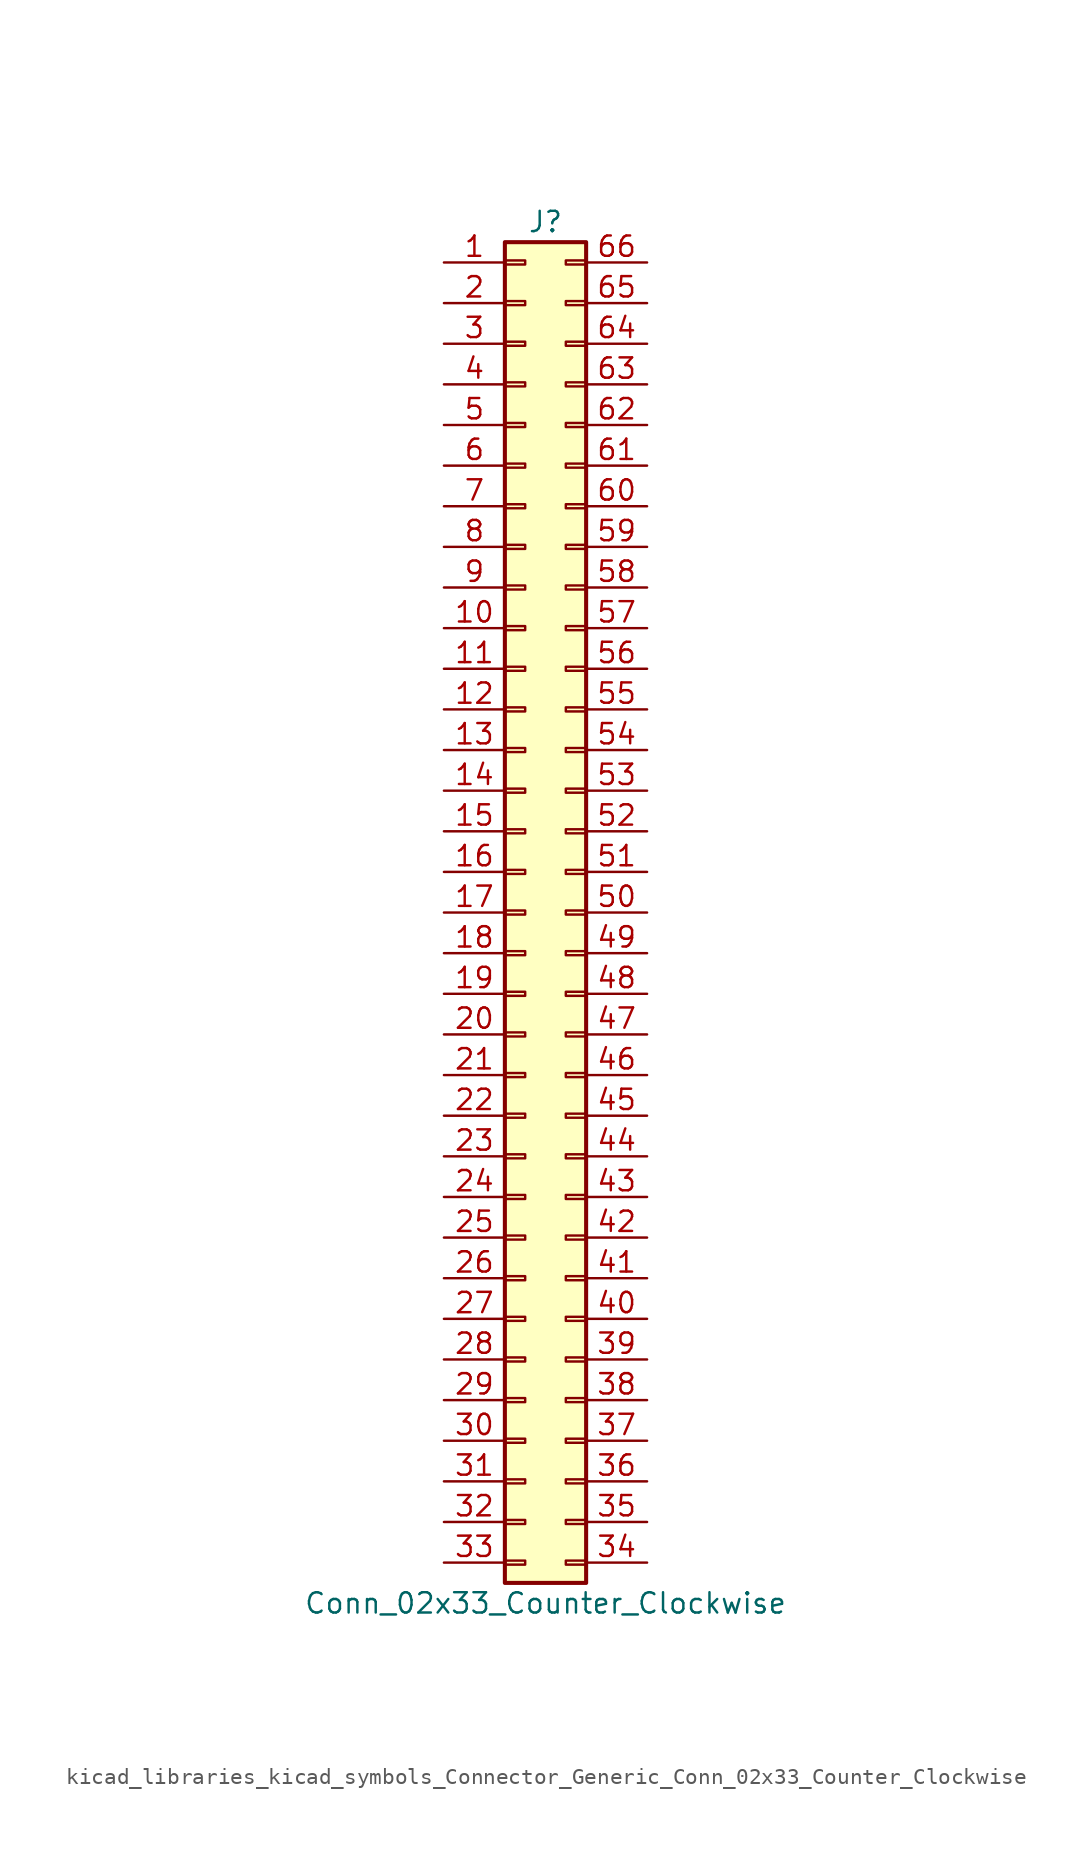
<source format=kicad_sym>
(kicad_symbol_lib
  (version 20220914)
  (generator kicad_symbol_editor)
  (symbol "kicad_libraries_kicad_symbols_Connector_Generic_Conn_02x33_Counter_Clockwise"
    (pin_names
      (offset 1.016) hide)
    (property "Reference" "J"
      (at 1.27 43.18 0)
      (effects (font (size 1.27 1.27))))
    (property "Value" "Conn_02x33_Counter_Clockwise"
      (at 1.27 -43.18 0)
      (effects (font (size 1.27 1.27))))
    (symbol "kicad_libraries_kicad_symbols_Connector_Generic_Conn_02x33_Counter_Clockwise_1_1"
      (rectangle (start -1.27 -40.513) (end 0 -40.767) (stroke (width 0.152) (type default)) (fill (type none)))
      (rectangle (start -1.27 -37.973) (end 0 -38.227) (stroke (width 0.152) (type default)) (fill (type none)))
      (rectangle (start -1.27 -35.433) (end 0 -35.687) (stroke (width 0.152) (type default)) (fill (type none)))
      (rectangle (start -1.27 -32.893) (end 0 -33.147) (stroke (width 0.152) (type default)) (fill (type none)))
      (rectangle (start -1.27 -30.353) (end 0 -30.607) (stroke (width 0.152) (type default)) (fill (type none)))
      (rectangle (start -1.27 -27.813) (end 0 -28.067) (stroke (width 0.152) (type default)) (fill (type none)))
      (rectangle (start -1.27 -25.273) (end 0 -25.527) (stroke (width 0.152) (type default)) (fill (type none)))
      (rectangle (start -1.27 -22.733) (end 0 -22.987) (stroke (width 0.152) (type default)) (fill (type none)))
      (rectangle (start -1.27 -20.193) (end 0 -20.447) (stroke (width 0.152) (type default)) (fill (type none)))
      (rectangle (start -1.27 -17.653) (end 0 -17.907) (stroke (width 0.152) (type default)) (fill (type none)))
      (rectangle (start -1.27 -15.113) (end 0 -15.367) (stroke (width 0.152) (type default)) (fill (type none)))
      (rectangle (start -1.27 -12.573) (end 0 -12.827) (stroke (width 0.152) (type default)) (fill (type none)))
      (rectangle (start -1.27 -10.033) (end 0 -10.287) (stroke (width 0.152) (type default)) (fill (type none)))
      (rectangle (start -1.27 -7.493) (end 0 -7.747) (stroke (width 0.152) (type default)) (fill (type none)))
      (rectangle (start -1.27 -4.953) (end 0 -5.207) (stroke (width 0.152) (type default)) (fill (type none)))
      (rectangle (start -1.27 -2.413) (end 0 -2.667) (stroke (width 0.152) (type default)) (fill (type none)))
      (rectangle (start -1.27 0.127) (end 0 -0.127) (stroke (width 0.152) (type default)) (fill (type none)))
      (rectangle (start -1.27 2.667) (end 0 2.413) (stroke (width 0.152) (type default)) (fill (type none)))
      (rectangle (start -1.27 5.207) (end 0 4.953) (stroke (width 0.152) (type default)) (fill (type none)))
      (rectangle (start -1.27 7.747) (end 0 7.493) (stroke (width 0.152) (type default)) (fill (type none)))
      (rectangle (start -1.27 10.287) (end 0 10.033) (stroke (width 0.152) (type default)) (fill (type none)))
      (rectangle (start -1.27 12.827) (end 0 12.573) (stroke (width 0.152) (type default)) (fill (type none)))
      (rectangle (start -1.27 15.367) (end 0 15.113) (stroke (width 0.152) (type default)) (fill (type none)))
      (rectangle (start -1.27 17.907) (end 0 17.653) (stroke (width 0.152) (type default)) (fill (type none)))
      (rectangle (start -1.27 20.447) (end 0 20.193) (stroke (width 0.152) (type default)) (fill (type none)))
      (rectangle (start -1.27 22.987) (end 0 22.733) (stroke (width 0.152) (type default)) (fill (type none)))
      (rectangle (start -1.27 25.527) (end 0 25.273) (stroke (width 0.152) (type default)) (fill (type none)))
      (rectangle (start -1.27 28.067) (end 0 27.813) (stroke (width 0.152) (type default)) (fill (type none)))
      (rectangle (start -1.27 30.607) (end 0 30.353) (stroke (width 0.152) (type default)) (fill (type none)))
      (rectangle (start -1.27 33.147) (end 0 32.893) (stroke (width 0.152) (type default)) (fill (type none)))
      (rectangle (start -1.27 35.687) (end 0 35.433) (stroke (width 0.152) (type default)) (fill (type none)))
      (rectangle (start -1.27 38.227) (end 0 37.973) (stroke (width 0.152) (type default)) (fill (type none)))
      (rectangle (start -1.27 40.767) (end 0 40.513) (stroke (width 0.152) (type default)) (fill (type none)))
      (rectangle (start -1.27 41.91) (end 3.81 -41.91) (stroke (width 0.254) (type default)) (fill (type background)))
      (rectangle (start 3.81 -40.513) (end 2.54 -40.767) (stroke (width 0.152) (type default)) (fill (type none)))
      (rectangle (start 3.81 -37.973) (end 2.54 -38.227) (stroke (width 0.152) (type default)) (fill (type none)))
      (rectangle (start 3.81 -35.433) (end 2.54 -35.687) (stroke (width 0.152) (type default)) (fill (type none)))
      (rectangle (start 3.81 -32.893) (end 2.54 -33.147) (stroke (width 0.152) (type default)) (fill (type none)))
      (rectangle (start 3.81 -30.353) (end 2.54 -30.607) (stroke (width 0.152) (type default)) (fill (type none)))
      (rectangle (start 3.81 -27.813) (end 2.54 -28.067) (stroke (width 0.152) (type default)) (fill (type none)))
      (rectangle (start 3.81 -25.273) (end 2.54 -25.527) (stroke (width 0.152) (type default)) (fill (type none)))
      (rectangle (start 3.81 -22.733) (end 2.54 -22.987) (stroke (width 0.152) (type default)) (fill (type none)))
      (rectangle (start 3.81 -20.193) (end 2.54 -20.447) (stroke (width 0.152) (type default)) (fill (type none)))
      (rectangle (start 3.81 -17.653) (end 2.54 -17.907) (stroke (width 0.152) (type default)) (fill (type none)))
      (rectangle (start 3.81 -15.113) (end 2.54 -15.367) (stroke (width 0.152) (type default)) (fill (type none)))
      (rectangle (start 3.81 -12.573) (end 2.54 -12.827) (stroke (width 0.152) (type default)) (fill (type none)))
      (rectangle (start 3.81 -10.033) (end 2.54 -10.287) (stroke (width 0.152) (type default)) (fill (type none)))
      (rectangle (start 3.81 -7.493) (end 2.54 -7.747) (stroke (width 0.152) (type default)) (fill (type none)))
      (rectangle (start 3.81 -4.953) (end 2.54 -5.207) (stroke (width 0.152) (type default)) (fill (type none)))
      (rectangle (start 3.81 -2.413) (end 2.54 -2.667) (stroke (width 0.152) (type default)) (fill (type none)))
      (rectangle (start 3.81 0.127) (end 2.54 -0.127) (stroke (width 0.152) (type default)) (fill (type none)))
      (rectangle (start 3.81 2.667) (end 2.54 2.413) (stroke (width 0.152) (type default)) (fill (type none)))
      (rectangle (start 3.81 5.207) (end 2.54 4.953) (stroke (width 0.152) (type default)) (fill (type none)))
      (rectangle (start 3.81 7.747) (end 2.54 7.493) (stroke (width 0.152) (type default)) (fill (type none)))
      (rectangle (start 3.81 10.287) (end 2.54 10.033) (stroke (width 0.152) (type default)) (fill (type none)))
      (rectangle (start 3.81 12.827) (end 2.54 12.573) (stroke (width 0.152) (type default)) (fill (type none)))
      (rectangle (start 3.81 15.367) (end 2.54 15.113) (stroke (width 0.152) (type default)) (fill (type none)))
      (rectangle (start 3.81 17.907) (end 2.54 17.653) (stroke (width 0.152) (type default)) (fill (type none)))
      (rectangle (start 3.81 20.447) (end 2.54 20.193) (stroke (width 0.152) (type default)) (fill (type none)))
      (rectangle (start 3.81 22.987) (end 2.54 22.733) (stroke (width 0.152) (type default)) (fill (type none)))
      (rectangle (start 3.81 25.527) (end 2.54 25.273) (stroke (width 0.152) (type default)) (fill (type none)))
      (rectangle (start 3.81 28.067) (end 2.54 27.813) (stroke (width 0.152) (type default)) (fill (type none)))
      (rectangle (start 3.81 30.607) (end 2.54 30.353) (stroke (width 0.152) (type default)) (fill (type none)))
      (rectangle (start 3.81 33.147) (end 2.54 32.893) (stroke (width 0.152) (type default)) (fill (type none)))
      (rectangle (start 3.81 35.687) (end 2.54 35.433) (stroke (width 0.152) (type default)) (fill (type none)))
      (rectangle (start 3.81 38.227) (end 2.54 37.973) (stroke (width 0.152) (type default)) (fill (type none)))
      (rectangle (start 3.81 40.767) (end 2.54 40.513) (stroke (width 0.152) (type default)) (fill (type none)))
      (pin passive line (at -5.08 40.64 0) (length 3.81) (name "Pin_1" (effects (font (size 1.27 1.27)))) (number "1" (effects (font (size 1.27 1.27)))))
      (pin passive line (at -5.08 17.78 0) (length 3.81) (name "Pin_10" (effects (font (size 1.27 1.27)))) (number "10" (effects (font (size 1.27 1.27)))))
      (pin passive line (at -5.08 15.24 0) (length 3.81) (name "Pin_11" (effects (font (size 1.27 1.27)))) (number "11" (effects (font (size 1.27 1.27)))))
      (pin passive line (at -5.08 12.7 0) (length 3.81) (name "Pin_12" (effects (font (size 1.27 1.27)))) (number "12" (effects (font (size 1.27 1.27)))))
      (pin passive line (at -5.08 10.16 0) (length 3.81) (name "Pin_13" (effects (font (size 1.27 1.27)))) (number "13" (effects (font (size 1.27 1.27)))))
      (pin passive line (at -5.08 7.62 0) (length 3.81) (name "Pin_14" (effects (font (size 1.27 1.27)))) (number "14" (effects (font (size 1.27 1.27)))))
      (pin passive line (at -5.08 5.08 0) (length 3.81) (name "Pin_15" (effects (font (size 1.27 1.27)))) (number "15" (effects (font (size 1.27 1.27)))))
      (pin passive line (at -5.08 2.54 0) (length 3.81) (name "Pin_16" (effects (font (size 1.27 1.27)))) (number "16" (effects (font (size 1.27 1.27)))))
      (pin passive line (at -5.08 0 0) (length 3.81) (name "Pin_17" (effects (font (size 1.27 1.27)))) (number "17" (effects (font (size 1.27 1.27)))))
      (pin passive line (at -5.08 -2.54 0) (length 3.81) (name "Pin_18" (effects (font (size 1.27 1.27)))) (number "18" (effects (font (size 1.27 1.27)))))
      (pin passive line (at -5.08 -5.08 0) (length 3.81) (name "Pin_19" (effects (font (size 1.27 1.27)))) (number "19" (effects (font (size 1.27 1.27)))))
      (pin passive line (at -5.08 38.1 0) (length 3.81) (name "Pin_2" (effects (font (size 1.27 1.27)))) (number "2" (effects (font (size 1.27 1.27)))))
      (pin passive line (at -5.08 -7.62 0) (length 3.81) (name "Pin_20" (effects (font (size 1.27 1.27)))) (number "20" (effects (font (size 1.27 1.27)))))
      (pin passive line (at -5.08 -10.16 0) (length 3.81) (name "Pin_21" (effects (font (size 1.27 1.27)))) (number "21" (effects (font (size 1.27 1.27)))))
      (pin passive line (at -5.08 -12.7 0) (length 3.81) (name "Pin_22" (effects (font (size 1.27 1.27)))) (number "22" (effects (font (size 1.27 1.27)))))
      (pin passive line (at -5.08 -15.24 0) (length 3.81) (name "Pin_23" (effects (font (size 1.27 1.27)))) (number "23" (effects (font (size 1.27 1.27)))))
      (pin passive line (at -5.08 -17.78 0) (length 3.81) (name "Pin_24" (effects (font (size 1.27 1.27)))) (number "24" (effects (font (size 1.27 1.27)))))
      (pin passive line (at -5.08 -20.32 0) (length 3.81) (name "Pin_25" (effects (font (size 1.27 1.27)))) (number "25" (effects (font (size 1.27 1.27)))))
      (pin passive line (at -5.08 -22.86 0) (length 3.81) (name "Pin_26" (effects (font (size 1.27 1.27)))) (number "26" (effects (font (size 1.27 1.27)))))
      (pin passive line (at -5.08 -25.4 0) (length 3.81) (name "Pin_27" (effects (font (size 1.27 1.27)))) (number "27" (effects (font (size 1.27 1.27)))))
      (pin passive line (at -5.08 -27.94 0) (length 3.81) (name "Pin_28" (effects (font (size 1.27 1.27)))) (number "28" (effects (font (size 1.27 1.27)))))
      (pin passive line (at -5.08 -30.48 0) (length 3.81) (name "Pin_29" (effects (font (size 1.27 1.27)))) (number "29" (effects (font (size 1.27 1.27)))))
      (pin passive line (at -5.08 35.56 0) (length 3.81) (name "Pin_3" (effects (font (size 1.27 1.27)))) (number "3" (effects (font (size 1.27 1.27)))))
      (pin passive line (at -5.08 -33.02 0) (length 3.81) (name "Pin_30" (effects (font (size 1.27 1.27)))) (number "30" (effects (font (size 1.27 1.27)))))
      (pin passive line (at -5.08 -35.56 0) (length 3.81) (name "Pin_31" (effects (font (size 1.27 1.27)))) (number "31" (effects (font (size 1.27 1.27)))))
      (pin passive line (at -5.08 -38.1 0) (length 3.81) (name "Pin_32" (effects (font (size 1.27 1.27)))) (number "32" (effects (font (size 1.27 1.27)))))
      (pin passive line (at -5.08 -40.64 0) (length 3.81) (name "Pin_33" (effects (font (size 1.27 1.27)))) (number "33" (effects (font (size 1.27 1.27)))))
      (pin passive line (at 7.62 -40.64 180) (length 3.81) (name "Pin_34" (effects (font (size 1.27 1.27)))) (number "34" (effects (font (size 1.27 1.27)))))
      (pin passive line (at 7.62 -38.1 180) (length 3.81) (name "Pin_35" (effects (font (size 1.27 1.27)))) (number "35" (effects (font (size 1.27 1.27)))))
      (pin passive line (at 7.62 -35.56 180) (length 3.81) (name "Pin_36" (effects (font (size 1.27 1.27)))) (number "36" (effects (font (size 1.27 1.27)))))
      (pin passive line (at 7.62 -33.02 180) (length 3.81) (name "Pin_37" (effects (font (size 1.27 1.27)))) (number "37" (effects (font (size 1.27 1.27)))))
      (pin passive line (at 7.62 -30.48 180) (length 3.81) (name "Pin_38" (effects (font (size 1.27 1.27)))) (number "38" (effects (font (size 1.27 1.27)))))
      (pin passive line (at 7.62 -27.94 180) (length 3.81) (name "Pin_39" (effects (font (size 1.27 1.27)))) (number "39" (effects (font (size 1.27 1.27)))))
      (pin passive line (at -5.08 33.02 0) (length 3.81) (name "Pin_4" (effects (font (size 1.27 1.27)))) (number "4" (effects (font (size 1.27 1.27)))))
      (pin passive line (at 7.62 -25.4 180) (length 3.81) (name "Pin_40" (effects (font (size 1.27 1.27)))) (number "40" (effects (font (size 1.27 1.27)))))
      (pin passive line (at 7.62 -22.86 180) (length 3.81) (name "Pin_41" (effects (font (size 1.27 1.27)))) (number "41" (effects (font (size 1.27 1.27)))))
      (pin passive line (at 7.62 -20.32 180) (length 3.81) (name "Pin_42" (effects (font (size 1.27 1.27)))) (number "42" (effects (font (size 1.27 1.27)))))
      (pin passive line (at 7.62 -17.78 180) (length 3.81) (name "Pin_43" (effects (font (size 1.27 1.27)))) (number "43" (effects (font (size 1.27 1.27)))))
      (pin passive line (at 7.62 -15.24 180) (length 3.81) (name "Pin_44" (effects (font (size 1.27 1.27)))) (number "44" (effects (font (size 1.27 1.27)))))
      (pin passive line (at 7.62 -12.7 180) (length 3.81) (name "Pin_45" (effects (font (size 1.27 1.27)))) (number "45" (effects (font (size 1.27 1.27)))))
      (pin passive line (at 7.62 -10.16 180) (length 3.81) (name "Pin_46" (effects (font (size 1.27 1.27)))) (number "46" (effects (font (size 1.27 1.27)))))
      (pin passive line (at 7.62 -7.62 180) (length 3.81) (name "Pin_47" (effects (font (size 1.27 1.27)))) (number "47" (effects (font (size 1.27 1.27)))))
      (pin passive line (at 7.62 -5.08 180) (length 3.81) (name "Pin_48" (effects (font (size 1.27 1.27)))) (number "48" (effects (font (size 1.27 1.27)))))
      (pin passive line (at 7.62 -2.54 180) (length 3.81) (name "Pin_49" (effects (font (size 1.27 1.27)))) (number "49" (effects (font (size 1.27 1.27)))))
      (pin passive line (at -5.08 30.48 0) (length 3.81) (name "Pin_5" (effects (font (size 1.27 1.27)))) (number "5" (effects (font (size 1.27 1.27)))))
      (pin passive line (at 7.62 0 180) (length 3.81) (name "Pin_50" (effects (font (size 1.27 1.27)))) (number "50" (effects (font (size 1.27 1.27)))))
      (pin passive line (at 7.62 2.54 180) (length 3.81) (name "Pin_51" (effects (font (size 1.27 1.27)))) (number "51" (effects (font (size 1.27 1.27)))))
      (pin passive line (at 7.62 5.08 180) (length 3.81) (name "Pin_52" (effects (font (size 1.27 1.27)))) (number "52" (effects (font (size 1.27 1.27)))))
      (pin passive line (at 7.62 7.62 180) (length 3.81) (name "Pin_53" (effects (font (size 1.27 1.27)))) (number "53" (effects (font (size 1.27 1.27)))))
      (pin passive line (at 7.62 10.16 180) (length 3.81) (name "Pin_54" (effects (font (size 1.27 1.27)))) (number "54" (effects (font (size 1.27 1.27)))))
      (pin passive line (at 7.62 12.7 180) (length 3.81) (name "Pin_55" (effects (font (size 1.27 1.27)))) (number "55" (effects (font (size 1.27 1.27)))))
      (pin passive line (at 7.62 15.24 180) (length 3.81) (name "Pin_56" (effects (font (size 1.27 1.27)))) (number "56" (effects (font (size 1.27 1.27)))))
      (pin passive line (at 7.62 17.78 180) (length 3.81) (name "Pin_57" (effects (font (size 1.27 1.27)))) (number "57" (effects (font (size 1.27 1.27)))))
      (pin passive line (at 7.62 20.32 180) (length 3.81) (name "Pin_58" (effects (font (size 1.27 1.27)))) (number "58" (effects (font (size 1.27 1.27)))))
      (pin passive line (at 7.62 22.86 180) (length 3.81) (name "Pin_59" (effects (font (size 1.27 1.27)))) (number "59" (effects (font (size 1.27 1.27)))))
      (pin passive line (at -5.08 27.94 0) (length 3.81) (name "Pin_6" (effects (font (size 1.27 1.27)))) (number "6" (effects (font (size 1.27 1.27)))))
      (pin passive line (at 7.62 25.4 180) (length 3.81) (name "Pin_60" (effects (font (size 1.27 1.27)))) (number "60" (effects (font (size 1.27 1.27)))))
      (pin passive line (at 7.62 27.94 180) (length 3.81) (name "Pin_61" (effects (font (size 1.27 1.27)))) (number "61" (effects (font (size 1.27 1.27)))))
      (pin passive line (at 7.62 30.48 180) (length 3.81) (name "Pin_62" (effects (font (size 1.27 1.27)))) (number "62" (effects (font (size 1.27 1.27)))))
      (pin passive line (at 7.62 33.02 180) (length 3.81) (name "Pin_63" (effects (font (size 1.27 1.27)))) (number "63" (effects (font (size 1.27 1.27)))))
      (pin passive line (at 7.62 35.56 180) (length 3.81) (name "Pin_64" (effects (font (size 1.27 1.27)))) (number "64" (effects (font (size 1.27 1.27)))))
      (pin passive line (at 7.62 38.1 180) (length 3.81) (name "Pin_65" (effects (font (size 1.27 1.27)))) (number "65" (effects (font (size 1.27 1.27)))))
      (pin passive line (at 7.62 40.64 180) (length 3.81) (name "Pin_66" (effects (font (size 1.27 1.27)))) (number "66" (effects (font (size 1.27 1.27)))))
      (pin passive line (at -5.08 25.4 0) (length 3.81) (name "Pin_7" (effects (font (size 1.27 1.27)))) (number "7" (effects (font (size 1.27 1.27)))))
      (pin passive line (at -5.08 22.86 0) (length 3.81) (name "Pin_8" (effects (font (size 1.27 1.27)))) (number "8" (effects (font (size 1.27 1.27)))))
      (pin passive line (at -5.08 20.32 0) (length 3.81) (name "Pin_9" (effects (font (size 1.27 1.27)))) (number "9" (effects (font (size 1.27 1.27))))))))
</source>
